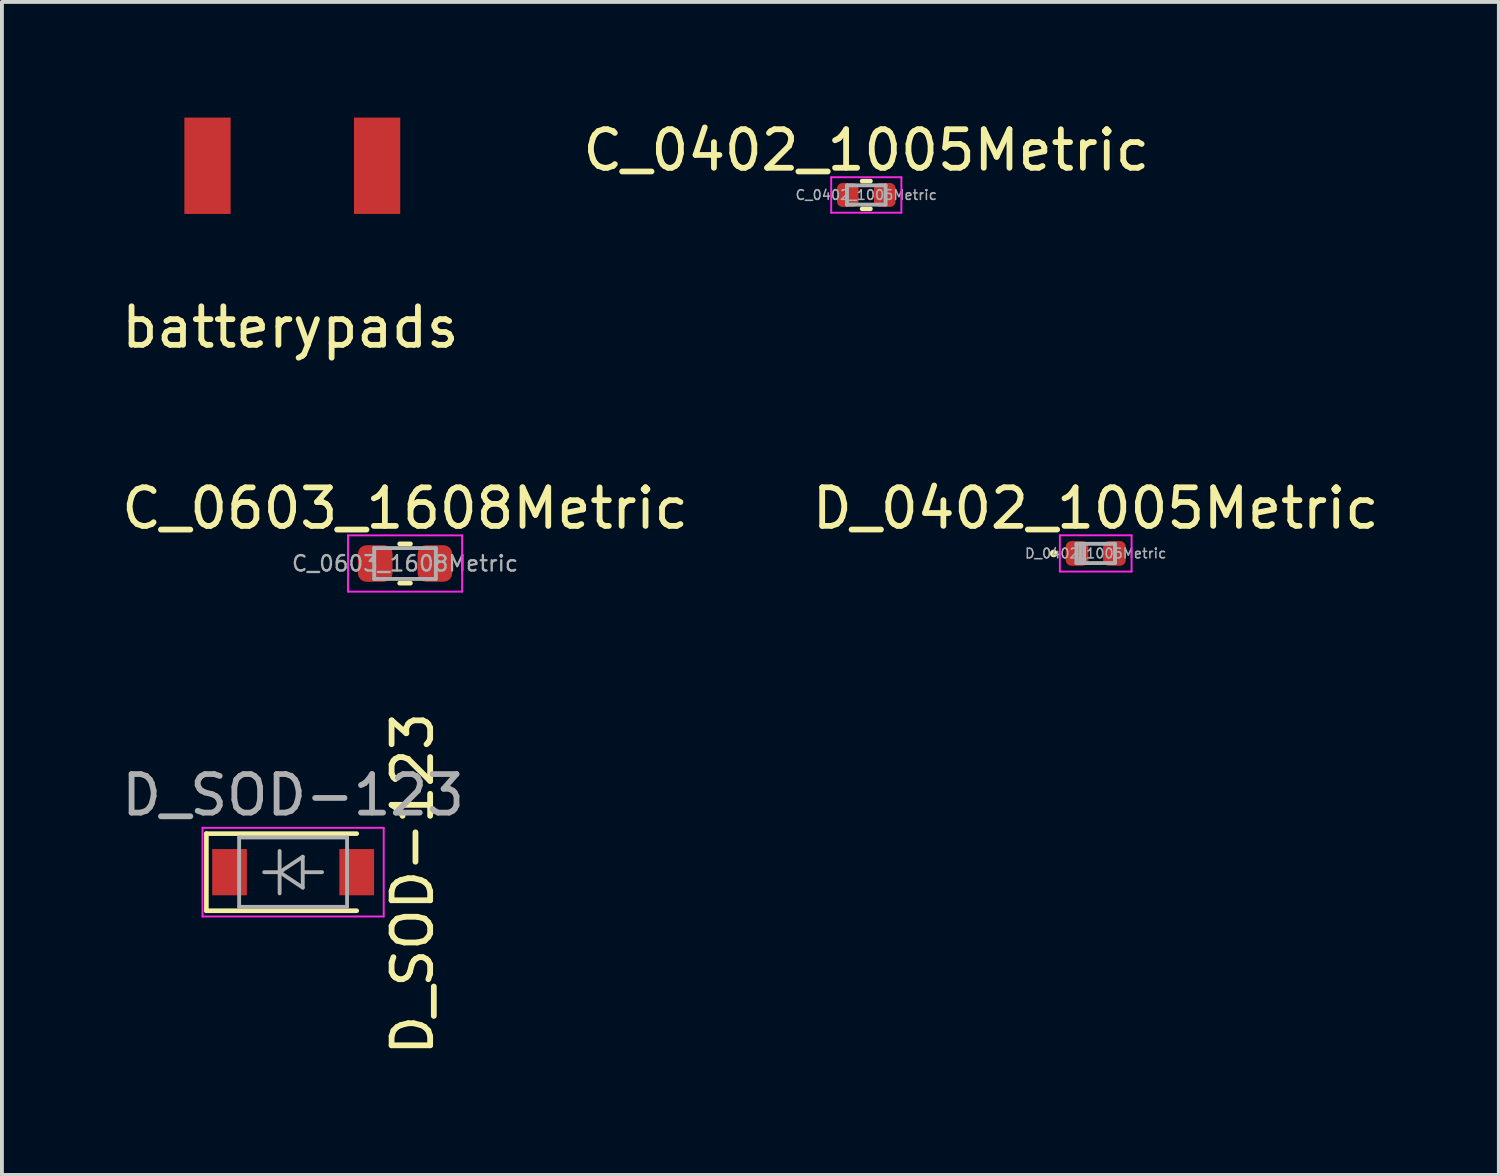
<source format=kicad_pcb>
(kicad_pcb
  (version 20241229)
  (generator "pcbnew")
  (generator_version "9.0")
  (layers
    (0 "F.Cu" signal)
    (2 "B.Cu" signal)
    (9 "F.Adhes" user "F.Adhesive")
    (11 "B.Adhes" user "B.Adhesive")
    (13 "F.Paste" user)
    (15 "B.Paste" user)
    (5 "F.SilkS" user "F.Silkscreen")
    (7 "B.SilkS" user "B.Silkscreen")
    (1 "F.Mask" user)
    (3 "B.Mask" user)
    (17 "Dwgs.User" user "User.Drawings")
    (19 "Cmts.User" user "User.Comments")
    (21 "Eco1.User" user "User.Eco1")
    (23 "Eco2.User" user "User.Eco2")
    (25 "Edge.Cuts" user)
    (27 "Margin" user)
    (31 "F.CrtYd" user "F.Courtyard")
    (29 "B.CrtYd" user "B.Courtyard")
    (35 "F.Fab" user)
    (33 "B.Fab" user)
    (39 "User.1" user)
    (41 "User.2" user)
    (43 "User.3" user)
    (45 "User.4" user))
  (footprint "batterypads"
    (layer "F.Cu")
    (at 4.533 1.25)
    (property "Reference" "batterypads" (at -0.051 4.191 180) (layer "F.SilkS") (effects (font (size 1 1) (thickness 0.15))))
    (attr through_hole)
    (pad "1" smd rect (at -2.2 0) (size 1.2 2.5) (layers "F.Cu" "F.Mask"))
    (pad "2" smd rect (at 2.2 0) (size 1.2 2.5) (layers "F.Cu" "F.Mask")))
  (footprint "D_SOD-123"
    (layer "F.Cu")
    (at 4.554 19.576)
    (property "Reference" "D_SOD-123" (at 3.1 0.3 90) (layer "F.SilkS") (effects (font (size 1 1) (thickness 0.15))))
    (attr smd)
    (fp_line (start -2.25 -1) (end -2.25 1) (stroke (width 0.12) (type solid)) (layer "F.SilkS"))
    (fp_line (start -2.25 -1) (end 1.65 -1) (stroke (width 0.12) (type solid)) (layer "F.SilkS"))
    (fp_line (start -2.25 1) (end 1.65 1) (stroke (width 0.12) (type solid)) (layer "F.SilkS"))
    (fp_line (start -2.35 -1.15) (end -2.35 1.15) (stroke (width 0.05) (type solid)) (layer "F.CrtYd"))
    (fp_line (start -2.35 -1.15) (end 2.35 -1.15) (stroke (width 0.05) (type solid)) (layer "F.CrtYd"))
    (fp_line (start 2.35 -1.15) (end 2.35 1.15) (stroke (width 0.05) (type solid)) (layer "F.CrtYd"))
    (fp_line (start 2.35 1.15) (end -2.35 1.15) (stroke (width 0.05) (type solid)) (layer "F.CrtYd"))
    (fp_line (start -1.4 -0.9) (end 1.4 -0.9) (stroke (width 0.1) (type solid)) (layer "F.Fab"))
    (fp_line (start -1.4 0.9) (end -1.4 -0.9) (stroke (width 0.1) (type solid)) (layer "F.Fab"))
    (fp_line (start -0.75 0) (end -0.35 0) (stroke (width 0.1) (type solid)) (layer "F.Fab"))
    (fp_line (start -0.35 0) (end -0.35 -0.55) (stroke (width 0.1) (type solid)) (layer "F.Fab"))
    (fp_line (start -0.35 0) (end -0.35 0.55) (stroke (width 0.1) (type solid)) (layer "F.Fab"))
    (fp_line (start -0.35 0) (end 0.25 -0.4) (stroke (width 0.1) (type solid)) (layer "F.Fab"))
    (fp_line (start 0.25 -0.4) (end 0.25 0.4) (stroke (width 0.1) (type solid)) (layer "F.Fab"))
    (fp_line (start 0.25 0) (end 0.75 0) (stroke (width 0.1) (type solid)) (layer "F.Fab"))
    (fp_line (start 0.25 0.4) (end -0.35 0) (stroke (width 0.1) (type solid)) (layer "F.Fab"))
    (fp_line (start 1.4 -0.9) (end 1.4 0.9) (stroke (width 0.1) (type solid)) (layer "F.Fab"))
    (fp_line (start 1.4 0.9) (end -1.4 0.9) (stroke (width 0.1) (type solid)) (layer "F.Fab"))
    (fp_text user "${REFERENCE}" (at 0 -2 0) (layer "F.Fab") (effects (font (size 1 1) (thickness 0.15))))
    (pad "1" smd rect (at -1.65 0) (size 0.9 1.2) (layers "F.Cu" "F.Mask" "F.Paste"))
    (pad "2" smd rect (at 1.65 0) (size 0.9 1.2) (layers "F.Cu" "F.Mask" "F.Paste")))
  (footprint "C_0603_1608Metric"
    (layer "F.Cu")
    (at 7.458 11.568)
    (property "Reference" "C_0603_1608Metric" (at 0 -1.43 180) (layer "F.SilkS") (effects (font (size 1 1) (thickness 0.15))))
    (attr smd)
    (fp_line (start -0.141 -0.51) (end 0.141 -0.51) (stroke (width 0.12) (type solid)) (layer "F.SilkS"))
    (fp_line (start -0.141 0.51) (end 0.141 0.51) (stroke (width 0.12) (type solid)) (layer "F.SilkS"))
    (fp_line (start -1.48 -0.73) (end 1.48 -0.73) (stroke (width 0.05) (type solid)) (layer "F.CrtYd"))
    (fp_line (start -1.48 0.73) (end -1.48 -0.73) (stroke (width 0.05) (type solid)) (layer "F.CrtYd"))
    (fp_line (start 1.48 -0.73) (end 1.48 0.73) (stroke (width 0.05) (type solid)) (layer "F.CrtYd"))
    (fp_line (start 1.48 0.73) (end -1.48 0.73) (stroke (width 0.05) (type solid)) (layer "F.CrtYd"))
    (fp_line (start -0.8 -0.4) (end 0.8 -0.4) (stroke (width 0.1) (type solid)) (layer "F.Fab"))
    (fp_line (start -0.8 0.4) (end -0.8 -0.4) (stroke (width 0.1) (type solid)) (layer "F.Fab"))
    (fp_line (start 0.8 -0.4) (end 0.8 0.4) (stroke (width 0.1) (type solid)) (layer "F.Fab"))
    (fp_line (start 0.8 0.4) (end -0.8 0.4) (stroke (width 0.1) (type solid)) (layer "F.Fab"))
    (fp_text user "${REFERENCE}" (at 0 0 180) (layer "F.Fab") (effects (font (size 0.4 0.4) (thickness 0.06))))
    (pad "1" smd roundrect (at -0.775 0) (size 0.9 0.95) (layers "F.Cu" "F.Mask" "F.Paste") (roundrect_rratio 0.25))
    (pad "2" smd roundrect (at 0.775 0) (size 0.9 0.95) (layers "F.Cu" "F.Mask" "F.Paste") (roundrect_rratio 0.25)))
  (footprint "D_0402_1005Metric"
    (layer "F.Cu")
    (at 25.375 11.307)
    (property "Reference" "D_0402_1005Metric" (at 0 -1.17 0) (layer "F.SilkS") (effects (font (size 1 1) (thickness 0.15))))
    (attr smd)
    (fp_circle (center -1.09 0) (end -1.04 0) (stroke (width 0.1) (type solid)) (fill no) (layer "F.SilkS"))
    (fp_line (start -0.93 -0.47) (end 0.93 -0.47) (stroke (width 0.05) (type solid)) (layer "F.CrtYd"))
    (fp_line (start -0.93 0.47) (end -0.93 -0.47) (stroke (width 0.05) (type solid)) (layer "F.CrtYd"))
    (fp_line (start 0.93 -0.47) (end 0.93 0.47) (stroke (width 0.05) (type solid)) (layer "F.CrtYd"))
    (fp_line (start 0.93 0.47) (end -0.93 0.47) (stroke (width 0.05) (type solid)) (layer "F.CrtYd"))
    (fp_line (start -0.5 -0.25) (end 0.5 -0.25) (stroke (width 0.1) (type solid)) (layer "F.Fab"))
    (fp_line (start -0.5 0.25) (end -0.5 -0.25) (stroke (width 0.1) (type solid)) (layer "F.Fab"))
    (fp_line (start -0.4 0.25) (end -0.4 -0.25) (stroke (width 0.1) (type solid)) (layer "F.Fab"))
    (fp_line (start -0.3 0.25) (end -0.3 -0.25) (stroke (width 0.1) (type solid)) (layer "F.Fab"))
    (fp_line (start 0.5 -0.25) (end 0.5 0.25) (stroke (width 0.1) (type solid)) (layer "F.Fab"))
    (fp_line (start 0.5 0.25) (end -0.5 0.25) (stroke (width 0.1) (type solid)) (layer "F.Fab"))
    (fp_text user "${REFERENCE}" (at 0 0 0) (layer "F.Fab") (effects (font (size 0.25 0.25) (thickness 0.04))))
    (pad "1" smd roundrect (at -0.485 0) (size 0.59 0.64) (layers "F.Cu" "F.Mask" "F.Paste") (roundrect_rratio 0.25))
    (pad "2" smd roundrect (at 0.485 0) (size 0.59 0.64) (layers "F.Cu" "F.Mask" "F.Paste") (roundrect_rratio 0.25)))
  (footprint "C_0402_1005Metric"
    (layer "F.Cu")
    (at 19.423 2.008)
    (property "Reference" "C_0402_1005Metric" (at 0 -1.16 0) (layer "F.SilkS") (effects (font (size 1 1) (thickness 0.15))))
    (attr smd)
    (fp_line (start -0.108 -0.36) (end 0.108 -0.36) (stroke (width 0.12) (type solid)) (layer "F.SilkS"))
    (fp_line (start -0.108 0.36) (end 0.108 0.36) (stroke (width 0.12) (type solid)) (layer "F.SilkS"))
    (fp_line (start -0.91 -0.46) (end 0.91 -0.46) (stroke (width 0.05) (type solid)) (layer "F.CrtYd"))
    (fp_line (start -0.91 0.46) (end -0.91 -0.46) (stroke (width 0.05) (type solid)) (layer "F.CrtYd"))
    (fp_line (start 0.91 -0.46) (end 0.91 0.46) (stroke (width 0.05) (type solid)) (layer "F.CrtYd"))
    (fp_line (start 0.91 0.46) (end -0.91 0.46) (stroke (width 0.05) (type solid)) (layer "F.CrtYd"))
    (fp_line (start -0.5 -0.25) (end 0.5 -0.25) (stroke (width 0.1) (type solid)) (layer "F.Fab"))
    (fp_line (start -0.5 0.25) (end -0.5 -0.25) (stroke (width 0.1) (type solid)) (layer "F.Fab"))
    (fp_line (start 0.5 -0.25) (end 0.5 0.25) (stroke (width 0.1) (type solid)) (layer "F.Fab"))
    (fp_line (start 0.5 0.25) (end -0.5 0.25) (stroke (width 0.1) (type solid)) (layer "F.Fab"))
    (fp_text user "${REFERENCE}" (at 0 0 0) (layer "F.Fab") (effects (font (size 0.25 0.25) (thickness 0.04))))
    (pad "1" smd roundrect (at -0.48 0) (size 0.56 0.62) (layers "F.Cu" "F.Mask" "F.Paste") (roundrect_rratio 0.25))
    (pad "2" smd roundrect (at 0.48 0) (size 0.56 0.62) (layers "F.Cu" "F.Mask" "F.Paste") (roundrect_rratio 0.25)))
  (gr_rect
    (start -3 -3)
    (end 35.833 27.43)
    (stroke (width 0.1) (type default))
    (fill no)
    (layer "Edge.Cuts")))
</source>
